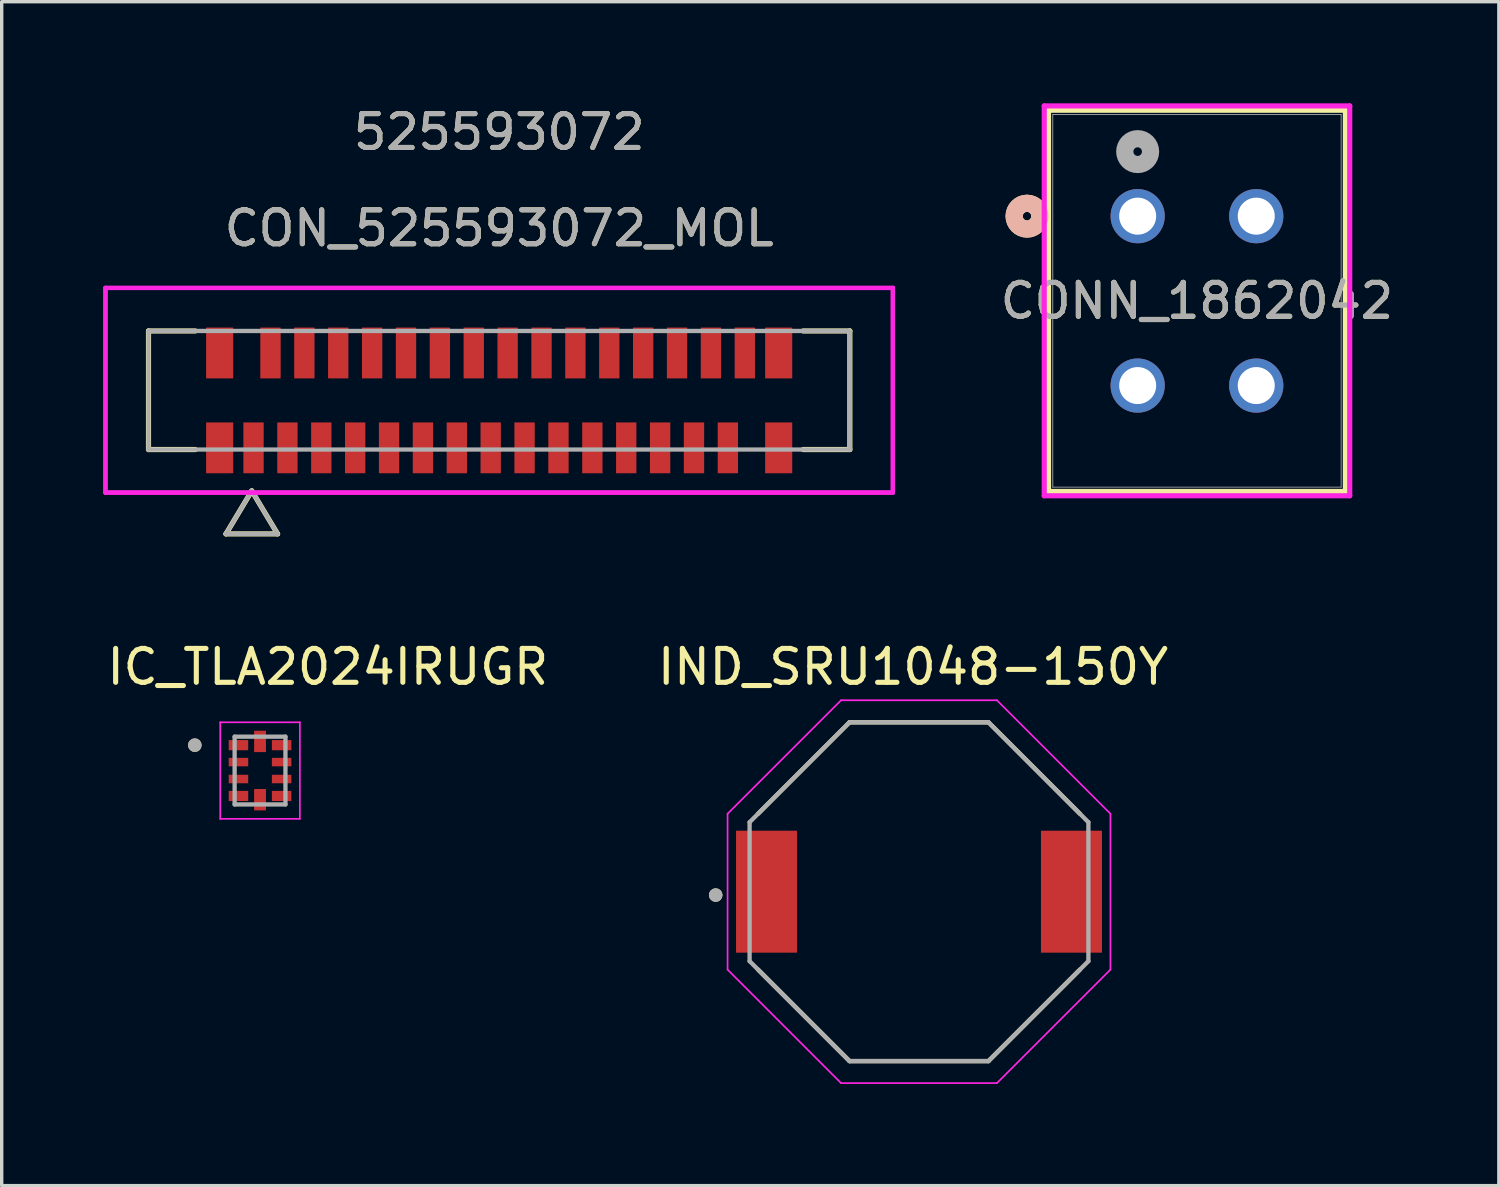
<source format=kicad_pcb>
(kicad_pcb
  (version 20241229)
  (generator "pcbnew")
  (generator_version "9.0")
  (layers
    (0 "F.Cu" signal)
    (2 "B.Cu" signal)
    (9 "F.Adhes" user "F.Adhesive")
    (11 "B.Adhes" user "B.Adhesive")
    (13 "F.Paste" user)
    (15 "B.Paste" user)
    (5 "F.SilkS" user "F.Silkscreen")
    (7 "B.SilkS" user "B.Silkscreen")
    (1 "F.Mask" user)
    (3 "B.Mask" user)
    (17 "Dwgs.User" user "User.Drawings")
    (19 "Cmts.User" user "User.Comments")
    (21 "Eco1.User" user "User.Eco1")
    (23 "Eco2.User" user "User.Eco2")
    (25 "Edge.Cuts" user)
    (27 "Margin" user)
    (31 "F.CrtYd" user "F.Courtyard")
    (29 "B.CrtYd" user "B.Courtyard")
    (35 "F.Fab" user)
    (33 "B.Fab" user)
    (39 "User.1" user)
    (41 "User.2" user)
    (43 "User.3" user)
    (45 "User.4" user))
  (footprint "CON_525593072_MOL"
    (layer "F.Cu")
    (at 11.683 8.768)
    (property "Reference" "CON_525593072_MOL" (at 0 -5.08 0) (unlocked yes) (layer "F.SilkS") (effects (font (size 1 1) (thickness 0.15))))
    (attr smd)
    (fp_line (start -10.35 -2.05) (end -10.35 1.45) (stroke (width 0.152) (type solid)) (layer "F.SilkS"))
    (fp_line (start -10.35 1.45) (end -8.97 1.45) (stroke (width 0.152) (type solid)) (layer "F.SilkS"))
    (fp_line (start -8.97 -2.05) (end -10.35 -2.05) (stroke (width 0.152) (type solid)) (layer "F.SilkS"))
    (fp_line (start -8.064 3.94) (end -7.302 2.67) (stroke (width 0.152) (type solid)) (layer "F.SilkS"))
    (fp_line (start -8.064 3.94) (end -6.54 3.94) (stroke (width 0.152) (type solid)) (layer "F.SilkS"))
    (fp_line (start -6.54 3.94) (end -7.302 2.67) (stroke (width 0.152) (type solid)) (layer "F.SilkS"))
    (fp_line (start 8.97 1.45) (end 10.35 1.45) (stroke (width 0.152) (type solid)) (layer "F.SilkS"))
    (fp_line (start 10.35 -2.05) (end 8.97 -2.05) (stroke (width 0.152) (type solid)) (layer "F.SilkS"))
    (fp_line (start 10.35 1.45) (end 10.35 -2.05) (stroke (width 0.152) (type solid)) (layer "F.SilkS"))
    (fp_line (start -11.62 -3.32) (end -11.62 2.72) (stroke (width 0.127) (type solid)) (layer "F.CrtYd"))
    (fp_line (start -11.62 -3.32) (end -11.62 2.72) (stroke (width 0.127) (type solid)) (layer "F.CrtYd"))
    (fp_line (start -11.62 2.72) (end 11.62 2.72) (stroke (width 0.127) (type solid)) (layer "F.CrtYd"))
    (fp_line (start -11.62 2.72) (end 11.62 2.72) (stroke (width 0.127) (type solid)) (layer "F.CrtYd"))
    (fp_line (start 11.62 -3.32) (end -11.62 -3.32) (stroke (width 0.127) (type solid)) (layer "F.CrtYd"))
    (fp_line (start 11.62 -3.32) (end -11.62 -3.32) (stroke (width 0.127) (type solid)) (layer "F.CrtYd"))
    (fp_line (start 11.62 2.72) (end 11.62 -3.32) (stroke (width 0.127) (type solid)) (layer "F.CrtYd"))
    (fp_line (start 11.62 2.72) (end 11.62 -3.32) (stroke (width 0.127) (type solid)) (layer "F.CrtYd"))
    (fp_line (start -10.35 -2.05) (end -10.35 1.45) (stroke (width 0.127) (type solid)) (layer "F.Fab"))
    (fp_line (start -10.35 1.45) (end 10.35 1.45) (stroke (width 0.127) (type solid)) (layer "F.Fab"))
    (fp_line (start -8.064 3.94) (end -7.302 2.67) (stroke (width 0.127) (type solid)) (layer "F.Fab"))
    (fp_line (start -8.064 3.94) (end -6.54 3.94) (stroke (width 0.127) (type solid)) (layer "F.Fab"))
    (fp_line (start -6.54 3.94) (end -7.302 2.67) (stroke (width 0.127) (type solid)) (layer "F.Fab"))
    (fp_line (start 10.35 -2.05) (end -10.35 -2.05) (stroke (width 0.127) (type solid)) (layer "F.Fab"))
    (fp_line (start 10.35 1.45) (end 10.35 -2.05) (stroke (width 0.127) (type solid)) (layer "F.Fab"))
    (fp_text user "525593072" (at 0 -7.92 0) (unlocked yes) (layer "F.SilkS") (effects (font (size 1 1) (thickness 0.15))))
    (fp_text user "525593072" (at 0 -7.92 0) (unlocked yes) (layer "F.Fab") (effects (font (size 1 1) (thickness 0.15))))
    (fp_text user "${REFERENCE}" (at 0 -5.08 0) (unlocked yes) (layer "F.Fab") (effects (font (size 1 1) (thickness 0.15))))
    (pad "1" smd rect (at -7.25 1.4) (size 0.6 1.5) (layers "F.Cu" "F.Mask" "F.Paste"))
    (pad "2" smd rect (at -6.75 -1.4) (size 0.6 1.5) (layers "F.Cu" "F.Mask" "F.Paste"))
    (pad "3" smd rect (at -6.25 1.4) (size 0.6 1.5) (layers "F.Cu" "F.Mask" "F.Paste"))
    (pad "4" smd rect (at -5.75 -1.4) (size 0.6 1.5) (layers "F.Cu" "F.Mask" "F.Paste"))
    (pad "5" smd rect (at -5.25 1.4) (size 0.6 1.5) (layers "F.Cu" "F.Mask" "F.Paste"))
    (pad "6" smd rect (at -4.75 -1.4) (size 0.6 1.5) (layers "F.Cu" "F.Mask" "F.Paste"))
    (pad "7" smd rect (at -4.25 1.4) (size 0.6 1.5) (layers "F.Cu" "F.Mask" "F.Paste"))
    (pad "8" smd rect (at -3.75 -1.4) (size 0.6 1.5) (layers "F.Cu" "F.Mask" "F.Paste"))
    (pad "9" smd rect (at -3.25 1.4) (size 0.6 1.5) (layers "F.Cu" "F.Mask" "F.Paste"))
    (pad "10" smd rect (at -2.75 -1.4) (size 0.6 1.5) (layers "F.Cu" "F.Mask" "F.Paste"))
    (pad "11" smd rect (at -2.25 1.4) (size 0.6 1.5) (layers "F.Cu" "F.Mask" "F.Paste"))
    (pad "12" smd rect (at -1.75 -1.4) (size 0.6 1.5) (layers "F.Cu" "F.Mask" "F.Paste"))
    (pad "13" smd rect (at -1.25 1.4) (size 0.6 1.5) (layers "F.Cu" "F.Mask" "F.Paste"))
    (pad "14" smd rect (at -0.75 -1.4) (size 0.6 1.5) (layers "F.Cu" "F.Mask" "F.Paste"))
    (pad "15" smd rect (at -0.25 1.4) (size 0.6 1.5) (layers "F.Cu" "F.Mask" "F.Paste"))
    (pad "16" smd rect (at 0.25 -1.4) (size 0.6 1.5) (layers "F.Cu" "F.Mask" "F.Paste"))
    (pad "17" smd rect (at 0.75 1.4) (size 0.6 1.5) (layers "F.Cu" "F.Mask" "F.Paste"))
    (pad "18" smd rect (at 1.25 -1.4) (size 0.6 1.5) (layers "F.Cu" "F.Mask" "F.Paste"))
    (pad "19" smd rect (at 1.75 1.4) (size 0.6 1.5) (layers "F.Cu" "F.Mask" "F.Paste"))
    (pad "20" smd rect (at 2.25 -1.4) (size 0.6 1.5) (layers "F.Cu" "F.Mask" "F.Paste"))
    (pad "21" smd rect (at 2.75 1.4) (size 0.6 1.5) (layers "F.Cu" "F.Mask" "F.Paste"))
    (pad "22" smd rect (at 3.25 -1.4) (size 0.6 1.5) (layers "F.Cu" "F.Mask" "F.Paste"))
    (pad "23" smd rect (at 3.75 1.4) (size 0.6 1.5) (layers "F.Cu" "F.Mask" "F.Paste"))
    (pad "24" smd rect (at 4.25 -1.4) (size 0.6 1.5) (layers "F.Cu" "F.Mask" "F.Paste"))
    (pad "25" smd rect (at 4.75 1.4) (size 0.6 1.5) (layers "F.Cu" "F.Mask" "F.Paste"))
    (pad "26" smd rect (at 5.25 -1.4) (size 0.6 1.5) (layers "F.Cu" "F.Mask" "F.Paste"))
    (pad "27" smd rect (at 5.75 1.4) (size 0.6 1.5) (layers "F.Cu" "F.Mask" "F.Paste"))
    (pad "28" smd rect (at 6.25 -1.4) (size 0.6 1.5) (layers "F.Cu" "F.Mask" "F.Paste"))
    (pad "29" smd rect (at 6.75 1.4) (size 0.6 1.5) (layers "F.Cu" "F.Mask" "F.Paste"))
    (pad "30" smd rect (at 7.25 -1.4) (size 0.6 1.5) (layers "F.Cu" "F.Mask" "F.Paste"))
    (pad "P1" smd rect (at -8.25 1.4) (size 0.8 1.5) (layers "F.Cu" "F.Mask" "F.Paste"))
    (pad "P2" smd rect (at 8.25 1.4) (size 0.8 1.5) (layers "F.Cu" "F.Mask" "F.Paste"))
    (pad "P3" smd rect (at -8.25 -1.4) (size 0.8 1.5) (layers "F.Cu" "F.Mask" "F.Paste"))
    (pad "P4" smd rect (at 8.25 -1.4) (size 0.8 1.5) (layers "F.Cu" "F.Mask" "F.Paste")))
  (footprint "CONN_1862042"
    (layer "F.Cu")
    (at 34.028 8.33)
    (property "Reference" "CONN_1862042" (at -1.75 -2.5 0) (unlocked yes) (layer "F.SilkS") (effects (font (size 1 1) (thickness 0.15))))
    (attr through_hole)
    (fp_line (start -6.131 -8.127) (end -6.131 3.125) (stroke (width 0.152) (type solid)) (layer "F.SilkS"))
    (fp_line (start -6.131 3.125) (end 2.631 3.125) (stroke (width 0.152) (type solid)) (layer "F.SilkS"))
    (fp_line (start 2.631 -8.127) (end -6.131 -8.127) (stroke (width 0.152) (type solid)) (layer "F.SilkS"))
    (fp_line (start 2.631 3.125) (end 2.631 -8.127) (stroke (width 0.152) (type solid)) (layer "F.SilkS"))
    (fp_circle (center -6.766 -5) (end -6.386 -5) (stroke (width 0.508) (type solid)) (fill no) (layer "F.SilkS"))
    (fp_circle (center -6.766 -5) (end -6.386 -5) (stroke (width 0.508) (type solid)) (fill no) (layer "B.SilkS"))
    (fp_line (start -6.258 -8.254) (end -6.258 3.252) (stroke (width 0.152) (type solid)) (layer "F.CrtYd"))
    (fp_line (start -6.258 3.252) (end 2.759 3.252) (stroke (width 0.152) (type solid)) (layer "F.CrtYd"))
    (fp_line (start 2.759 -8.254) (end -6.258 -8.254) (stroke (width 0.152) (type solid)) (layer "F.CrtYd"))
    (fp_line (start 2.759 3.252) (end 2.759 -8.254) (stroke (width 0.152) (type solid)) (layer "F.CrtYd"))
    (fp_line (start -6.005 -8) (end -6.005 2.998) (stroke (width 0.025) (type solid)) (layer "F.Fab"))
    (fp_line (start -6.005 2.998) (end 2.505 2.998) (stroke (width 0.025) (type solid)) (layer "F.Fab"))
    (fp_line (start 2.505 -8) (end -6.005 -8) (stroke (width 0.025) (type solid)) (layer "F.Fab"))
    (fp_line (start 2.505 2.998) (end 2.505 -8) (stroke (width 0.025) (type solid)) (layer "F.Fab"))
    (fp_circle (center -3.5 -6.905) (end -3.119 -6.905) (stroke (width 0.508) (type solid)) (fill no) (layer "F.Fab"))
    (fp_text user "${REFERENCE}" (at -1.75 -2.5 0) (unlocked yes) (layer "F.Fab") (effects (font (size 1 1) (thickness 0.15))))
    (pad "1" thru_hole circle (at -3.5 -5) (size 1.6 1.6) (drill 1.092) (layers "*.Cu" "*.Mask"))
    (pad "2" thru_hole circle (at -3.5 0) (size 1.6 1.6) (drill 1.092) (layers "*.Cu" "*.Mask"))
    (pad "3" thru_hole circle (at 0 -5) (size 1.6 1.6) (drill 1.092) (layers "*.Cu" "*.Mask"))
    (pad "4" thru_hole circle (at 0 0) (size 1.6 1.6) (drill 1.092) (layers "*.Cu" "*.Mask")))
  (footprint "IND_SRU1048-150Y"
    (layer "F.Cu")
    (at 24.074 23.268)
    (property "Reference" "IND_SRU1048-150Y" (at -0.175 -6.635 0) (layer "F.SilkS") (effects (font (size 1 1) (thickness 0.15))))
    (attr smd)
    (fp_line (start -4.75 -2.3) (end -2.05 -5) (stroke (width 0.127) (type solid)) (layer "F.SilkS"))
    (fp_line (start -2.05 -5) (end 2.05 -5) (stroke (width 0.127) (type solid)) (layer "F.SilkS"))
    (fp_line (start -2.05 5) (end -4.75 2.3) (stroke (width 0.127) (type solid)) (layer "F.SilkS"))
    (fp_line (start 2.05 -5) (end 4.75 -2.3) (stroke (width 0.127) (type solid)) (layer "F.SilkS"))
    (fp_line (start 2.05 5) (end -2.05 5) (stroke (width 0.127) (type solid)) (layer "F.SilkS"))
    (fp_line (start 4.75 2.3) (end 2.05 5) (stroke (width 0.127) (type solid)) (layer "F.SilkS"))
    (fp_circle (center -6 0.1) (end -5.9 0.1) (stroke (width 0.2) (type solid)) (fill no) (layer "F.SilkS"))
    (fp_line (start -5.65 -2.3) (end -2.3 -5.65) (stroke (width 0.05) (type solid)) (layer "F.CrtYd"))
    (fp_line (start -5.65 2.3) (end -5.65 -2.3) (stroke (width 0.05) (type solid)) (layer "F.CrtYd"))
    (fp_line (start -2.3 -5.65) (end 2.3 -5.65) (stroke (width 0.05) (type solid)) (layer "F.CrtYd"))
    (fp_line (start -2.3 5.65) (end -5.65 2.3) (stroke (width 0.05) (type solid)) (layer "F.CrtYd"))
    (fp_line (start 2.3 -5.65) (end 5.65 -2.3) (stroke (width 0.05) (type solid)) (layer "F.CrtYd"))
    (fp_line (start 2.3 5.65) (end -2.3 5.65) (stroke (width 0.05) (type solid)) (layer "F.CrtYd"))
    (fp_line (start 5.65 -2.3) (end 5.65 2.3) (stroke (width 0.05) (type solid)) (layer "F.CrtYd"))
    (fp_line (start 5.65 2.3) (end 2.3 5.65) (stroke (width 0.05) (type solid)) (layer "F.CrtYd"))
    (fp_line (start -5 -2.05) (end -2.05 -5) (stroke (width 0.127) (type solid)) (layer "F.Fab"))
    (fp_line (start -5 2.05) (end -5 -2.05) (stroke (width 0.127) (type solid)) (layer "F.Fab"))
    (fp_line (start -2.05 -5) (end 2.05 -5) (stroke (width 0.127) (type solid)) (layer "F.Fab"))
    (fp_line (start -2.05 5) (end -5 2.05) (stroke (width 0.127) (type solid)) (layer "F.Fab"))
    (fp_line (start 2.05 -5) (end 5 -2.05) (stroke (width 0.127) (type solid)) (layer "F.Fab"))
    (fp_line (start 2.05 5) (end -2.05 5) (stroke (width 0.127) (type solid)) (layer "F.Fab"))
    (fp_line (start 5 -2.05) (end 5 2.05) (stroke (width 0.127) (type solid)) (layer "F.Fab"))
    (fp_line (start 5 2.05) (end 2.05 5) (stroke (width 0.127) (type solid)) (layer "F.Fab"))
    (fp_circle (center -6 0.1) (end -5.9 0.1) (stroke (width 0.2) (type solid)) (fill no) (layer "F.Fab"))
    (pad "1" smd rect (at -4.5 0) (size 1.8 3.6) (layers "F.Cu" "F.Mask" "F.Paste"))
    (pad "2" smd rect (at 4.5 0) (size 1.8 3.6) (layers "F.Cu" "F.Mask" "F.Paste")))
  (footprint "IC_TLA2024IRUGR"
    (layer "F.Cu")
    (at 4.625 19.693)
    (property "Reference" "IC_TLA2024IRUGR" (at 2 -3.06 0) (layer "F.SilkS") (effects (font (size 1 1) (thickness 0.15))))
    (attr smd)
    (fp_poly (pts (xy -0.975 -0.95) (xy -0.3 -0.95) (xy -0.3 -0.55) (xy -0.975 -0.55)) (stroke (width 0.01) (type solid)) (fill yes) (layer "F.Mask"))
    (fp_poly (pts (xy -0.975 -0.425) (xy -0.3 -0.425) (xy -0.3 -0.075) (xy -0.975 -0.075)) (stroke (width 0.01) (type solid)) (fill yes) (layer "F.Mask"))
    (fp_poly (pts (xy -0.975 0.075) (xy -0.3 0.075) (xy -0.3 0.425) (xy -0.975 0.425)) (stroke (width 0.01) (type solid)) (fill yes) (layer "F.Mask"))
    (fp_poly (pts (xy -0.975 0.55) (xy -0.3 0.55) (xy -0.3 0.95) (xy -0.975 0.95)) (stroke (width 0.01) (type solid)) (fill yes) (layer "F.Mask"))
    (fp_poly (pts (xy -0.225 -1.225) (xy 0.225 -1.225) (xy 0.225 -0.495) (xy -0.225 -0.495)) (stroke (width 0.01) (type solid)) (fill yes) (layer "F.Mask"))
    (fp_poly (pts (xy -0.225 0.495) (xy 0.225 0.495) (xy 0.225 1.225) (xy -0.225 1.225)) (stroke (width 0.01) (type solid)) (fill yes) (layer "F.Mask"))
    (fp_poly (pts (xy 0.3 -0.95) (xy 0.975 -0.95) (xy 0.975 -0.55) (xy 0.3 -0.55)) (stroke (width 0.01) (type solid)) (fill yes) (layer "F.Mask"))
    (fp_poly (pts (xy 0.3 -0.425) (xy 0.975 -0.425) (xy 0.975 -0.075) (xy 0.3 -0.075)) (stroke (width 0.01) (type solid)) (fill yes) (layer "F.Mask"))
    (fp_poly (pts (xy 0.3 0.075) (xy 0.975 0.075) (xy 0.975 0.425) (xy 0.3 0.425)) (stroke (width 0.01) (type solid)) (fill yes) (layer "F.Mask"))
    (fp_poly (pts (xy 0.3 0.55) (xy 0.975 0.55) (xy 0.975 0.95) (xy 0.3 0.95)) (stroke (width 0.01) (type solid)) (fill yes) (layer "F.Mask"))
    (fp_circle (center -1.925 -0.75) (end -1.825 -0.75) (stroke (width 0.2) (type solid)) (fill no) (layer "F.SilkS"))
    (fp_poly (pts (xy -0.9 -0.875) (xy -0.375 -0.875) (xy -0.375 -0.625) (xy -0.9 -0.625)) (stroke (width 0.01) (type solid)) (fill yes) (layer "F.Paste"))
    (fp_poly (pts (xy -0.9 -0.375) (xy -0.375 -0.375) (xy -0.375 -0.125) (xy -0.9 -0.125)) (stroke (width 0.01) (type solid)) (fill yes) (layer "F.Paste"))
    (fp_poly (pts (xy -0.9 0.125) (xy -0.375 0.125) (xy -0.375 0.375) (xy -0.9 0.375)) (stroke (width 0.01) (type solid)) (fill yes) (layer "F.Paste"))
    (fp_poly (pts (xy -0.9 0.625) (xy -0.375 0.625) (xy -0.375 0.875) (xy -0.9 0.875)) (stroke (width 0.01) (type solid)) (fill yes) (layer "F.Paste"))
    (fp_poly (pts (xy -0.15 -1.15) (xy 0.15 -1.15) (xy 0.15 -0.57) (xy -0.15 -0.57)) (stroke (width 0.01) (type solid)) (fill yes) (layer "F.Paste"))
    (fp_poly (pts (xy -0.15 0.57) (xy 0.15 0.57) (xy 0.15 1.15) (xy -0.15 1.15)) (stroke (width 0.01) (type solid)) (fill yes) (layer "F.Paste"))
    (fp_poly (pts (xy 0.375 -0.875) (xy 0.9 -0.875) (xy 0.9 -0.625) (xy 0.375 -0.625)) (stroke (width 0.01) (type solid)) (fill yes) (layer "F.Paste"))
    (fp_poly (pts (xy 0.375 -0.375) (xy 0.9 -0.375) (xy 0.9 -0.125) (xy 0.375 -0.125)) (stroke (width 0.01) (type solid)) (fill yes) (layer "F.Paste"))
    (fp_poly (pts (xy 0.375 0.125) (xy 0.9 0.125) (xy 0.9 0.375) (xy 0.375 0.375)) (stroke (width 0.01) (type solid)) (fill yes) (layer "F.Paste"))
    (fp_poly (pts (xy 0.375 0.625) (xy 0.9 0.625) (xy 0.9 0.875) (xy 0.375 0.875)) (stroke (width 0.01) (type solid)) (fill yes) (layer "F.Paste"))
    (fp_line (start -1.175 -1.425) (end -1.175 1.425) (stroke (width 0.05) (type solid)) (layer "F.CrtYd"))
    (fp_line (start -1.175 1.425) (end 1.175 1.425) (stroke (width 0.05) (type solid)) (layer "F.CrtYd"))
    (fp_line (start 1.175 -1.425) (end -1.175 -1.425) (stroke (width 0.05) (type solid)) (layer "F.CrtYd"))
    (fp_line (start 1.175 1.425) (end 1.175 -1.425) (stroke (width 0.05) (type solid)) (layer "F.CrtYd"))
    (fp_line (start -0.75 -1) (end -0.75 1) (stroke (width 0.127) (type solid)) (layer "F.Fab"))
    (fp_line (start -0.75 1) (end 0.75 1) (stroke (width 0.127) (type solid)) (layer "F.Fab"))
    (fp_line (start 0.75 -1) (end -0.75 -1) (stroke (width 0.127) (type solid)) (layer "F.Fab"))
    (fp_line (start 0.75 1) (end 0.75 -1) (stroke (width 0.127) (type solid)) (layer "F.Fab"))
    (fp_circle (center -1.925 -0.75) (end -1.825 -0.75) (stroke (width 0.2) (type solid)) (fill no) (layer "F.Fab"))
    (pad "1" smd rect (at -0.637 -0.75) (size 0.575 0.3) (layers "F.Cu"))
    (pad "2" smd rect (at -0.637 -0.25) (size 0.575 0.25) (layers "F.Cu"))
    (pad "3" smd rect (at -0.637 0.25) (size 0.575 0.25) (layers "F.Cu"))
    (pad "4" smd rect (at -0.637 0.75) (size 0.575 0.3) (layers "F.Cu"))
    (pad "5" smd rect (at 0 0.86) (size 0.35 0.63) (layers "F.Cu"))
    (pad "6" smd rect (at 0.637 0.75) (size 0.575 0.3) (layers "F.Cu"))
    (pad "7" smd rect (at 0.637 0.25) (size 0.575 0.25) (layers "F.Cu"))
    (pad "8" smd rect (at 0.637 -0.25) (size 0.575 0.25) (layers "F.Cu"))
    (pad "9" smd rect (at 0.637 -0.75) (size 0.575 0.3) (layers "F.Cu"))
    (pad "10" smd rect (at 0 -0.86) (size 0.35 0.63) (layers "F.Cu")))
  (gr_rect
    (start -3 -3)
    (end 41.188 31.943)
    (stroke (width 0.1) (type default))
    (fill no)
    (layer "Edge.Cuts")))
</source>
